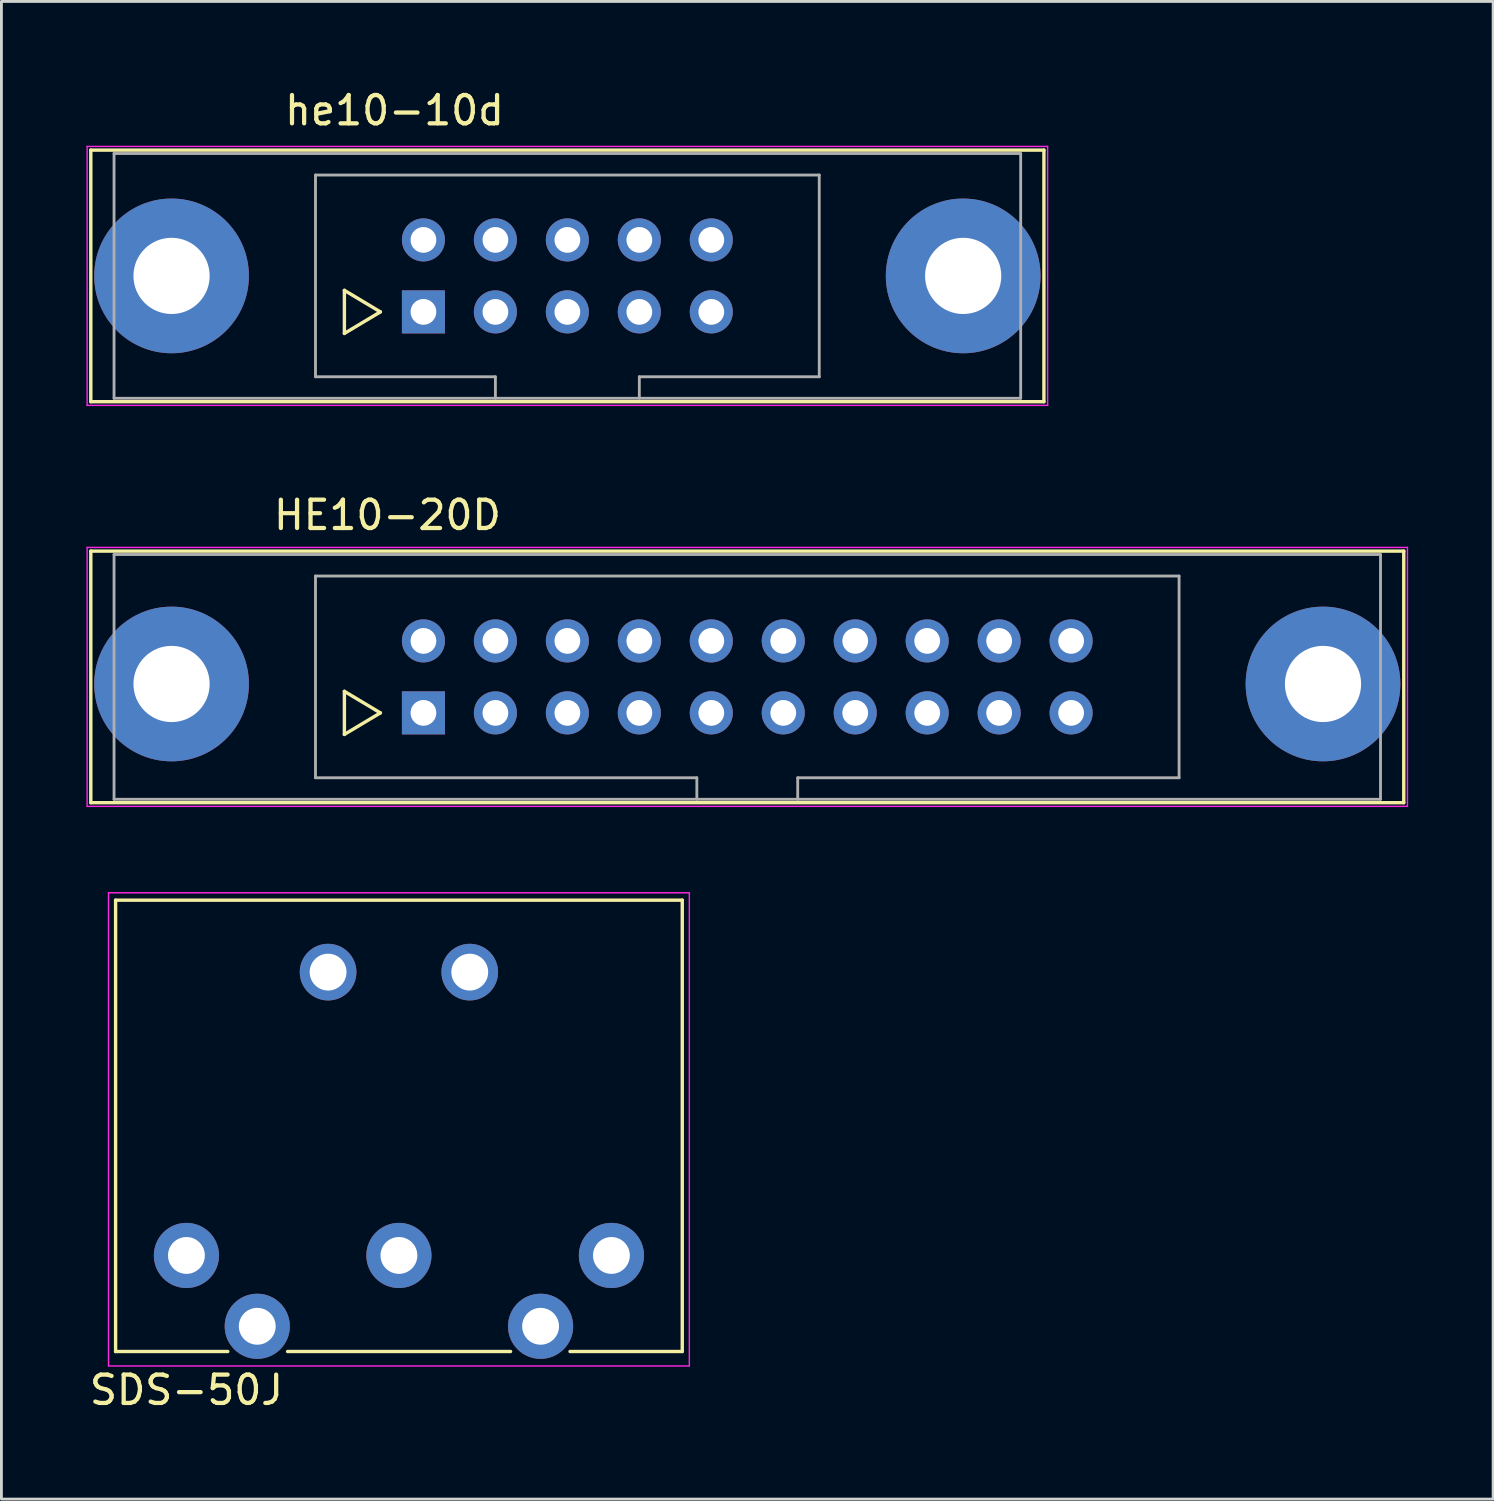
<source format=kicad_pcb>
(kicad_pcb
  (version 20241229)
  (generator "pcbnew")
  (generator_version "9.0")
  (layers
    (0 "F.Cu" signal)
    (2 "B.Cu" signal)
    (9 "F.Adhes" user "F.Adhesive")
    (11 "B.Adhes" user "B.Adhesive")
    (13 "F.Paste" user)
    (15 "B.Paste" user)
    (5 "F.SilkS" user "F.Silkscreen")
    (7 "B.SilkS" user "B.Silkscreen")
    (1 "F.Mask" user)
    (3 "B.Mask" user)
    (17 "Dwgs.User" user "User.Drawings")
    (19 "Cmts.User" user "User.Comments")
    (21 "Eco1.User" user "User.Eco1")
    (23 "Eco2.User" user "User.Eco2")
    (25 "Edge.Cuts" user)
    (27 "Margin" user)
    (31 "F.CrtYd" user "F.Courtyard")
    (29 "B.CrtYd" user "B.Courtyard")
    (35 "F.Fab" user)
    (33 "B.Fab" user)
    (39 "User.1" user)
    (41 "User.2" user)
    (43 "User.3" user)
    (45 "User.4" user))
  (footprint "SDS-50J"
    (layer "F.Cu")
    (at 3.53 41.261)
    (property "Reference" "SDS-50J" (at 0 4.75 0) (layer "F.SilkS") (effects (font (size 1 1) (thickness 0.15))))
    (attr through_hole)
    (fp_line (start -2.5 3.39) (end -2.5 -12.54) (stroke (width 0.12) (type solid)) (layer "F.SilkS"))
    (fp_line (start 1.46 3.39) (end -2.5 3.39) (stroke (width 0.12) (type solid)) (layer "F.SilkS"))
    (fp_line (start 11.44 3.39) (end 3.57 3.39) (stroke (width 0.12) (type solid)) (layer "F.SilkS"))
    (fp_line (start 17.5 -12.54) (end -2.5 -12.54) (stroke (width 0.12) (type solid)) (layer "F.SilkS"))
    (fp_line (start 17.5 3.39) (end 13.54 3.39) (stroke (width 0.12) (type solid)) (layer "F.SilkS"))
    (fp_line (start 17.5 3.39) (end 17.5 -12.54) (stroke (width 0.12) (type solid)) (layer "F.SilkS"))
    (fp_line (start -2.75 -12.8) (end -2.75 3.9) (stroke (width 0.05) (type solid)) (layer "F.CrtYd"))
    (fp_line (start 17.75 -12.8) (end -2.75 -12.8) (stroke (width 0.05) (type solid)) (layer "F.CrtYd"))
    (fp_line (start 17.75 3.9) (end -2.75 3.9) (stroke (width 0.05) (type solid)) (layer "F.CrtYd"))
    (fp_line (start 17.75 3.9) (end 17.75 -12.8) (stroke (width 0.05) (type solid)) (layer "F.CrtYd"))
    (pad "" thru_hole circle (at 5 -10) (size 2 2) (drill 1.3) (layers "*.Cu" "*.Mask"))
    (pad "" thru_hole circle (at 10 -10) (size 2 2) (drill 1.3) (layers "*.Cu" "*.Mask"))
    (pad "1" thru_hole circle (at 0 0) (size 2.3 2.3) (drill 1.3) (layers "*.Cu" "*.Mask"))
    (pad "2" thru_hole circle (at 7.5 0) (size 2.3 2.3) (drill 1.3) (layers "*.Cu" "*.Mask"))
    (pad "3" thru_hole circle (at 15 0) (size 2.3 2.3) (drill 1.3) (layers "*.Cu" "*.Mask"))
    (pad "4" thru_hole circle (at 2.5 2.5) (size 2.3 2.3) (drill 1.3) (layers "*.Cu" "*.Mask"))
    (pad "5" thru_hole circle (at 12.5 2.5) (size 2.3 2.3) (drill 1.3) (layers "*.Cu" "*.Mask")))
  (footprint "he10-10d"
    (layer "F.Cu")
    (at 11.895 7.958)
    (property "Reference" "he10-10d" (at -1.02 -7.11 0) (layer "F.SilkS") (effects (font (size 1 1) (thickness 0.15))))
    (attr through_hole)
    (fp_line (start -11.74 -5.71) (end -11.74 3.17) (stroke (width 0.12) (type solid)) (layer "F.SilkS"))
    (fp_line (start -11.74 -5.71) (end 21.9 -5.71) (stroke (width 0.12) (type solid)) (layer "F.SilkS"))
    (fp_line (start -2.79 -0.76) (end -2.79 0.76) (stroke (width 0.12) (type solid)) (layer "F.SilkS"))
    (fp_line (start -2.79 0.76) (end -1.52 0) (stroke (width 0.12) (type solid)) (layer "F.SilkS"))
    (fp_line (start -1.52 0) (end -2.79 -0.76) (stroke (width 0.12) (type solid)) (layer "F.SilkS"))
    (fp_line (start 21.9 3.17) (end -11.74 3.17) (stroke (width 0.12) (type solid)) (layer "F.SilkS"))
    (fp_line (start 21.9 3.17) (end 21.9 -5.71) (stroke (width 0.12) (type solid)) (layer "F.SilkS"))
    (fp_line (start -11.87 -5.84) (end -11.87 3.3) (stroke (width 0.05) (type solid)) (layer "F.CrtYd"))
    (fp_line (start -11.87 -5.84) (end 22.03 -5.84) (stroke (width 0.05) (type solid)) (layer "F.CrtYd"))
    (fp_line (start 22.03 3.3) (end -11.87 3.3) (stroke (width 0.05) (type solid)) (layer "F.CrtYd"))
    (fp_line (start 22.03 3.3) (end 22.03 -5.84) (stroke (width 0.05) (type solid)) (layer "F.CrtYd"))
    (fp_line (start -10.92 -5.59) (end 21.08 -5.59) (stroke (width 0.1) (type solid)) (layer "F.Fab"))
    (fp_line (start -10.92 3.05) (end -10.92 -5.59) (stroke (width 0.1) (type solid)) (layer "F.Fab"))
    (fp_line (start -3.81 -4.83) (end 13.97 -4.83) (stroke (width 0.1) (type solid)) (layer "F.Fab"))
    (fp_line (start -3.81 2.29) (end -3.81 -4.83) (stroke (width 0.1) (type solid)) (layer "F.Fab"))
    (fp_line (start 2.54 2.29) (end -3.81 2.29) (stroke (width 0.1) (type solid)) (layer "F.Fab"))
    (fp_line (start 2.54 3.05) (end 2.54 2.29) (stroke (width 0.1) (type solid)) (layer "F.Fab"))
    (fp_line (start 7.62 2.29) (end 7.62 3.05) (stroke (width 0.1) (type solid)) (layer "F.Fab"))
    (fp_line (start 13.97 2.29) (end 7.62 2.29) (stroke (width 0.1) (type solid)) (layer "F.Fab"))
    (fp_line (start 13.97 2.29) (end 13.97 -4.83) (stroke (width 0.1) (type solid)) (layer "F.Fab"))
    (fp_line (start 21.08 -5.59) (end 21.08 3.05) (stroke (width 0.1) (type solid)) (layer "F.Fab"))
    (fp_line (start 21.08 3.05) (end -10.92 3.05) (stroke (width 0.1) (type solid)) (layer "F.Fab"))
    (pad "" thru_hole circle (at -8.89 -1.27) (size 5.46 5.46) (drill 2.69) (layers "*.Cu" "*.Mask"))
    (pad "" thru_hole circle (at 19.05 -1.27) (size 5.46 5.46) (drill 2.69) (layers "*.Cu" "*.Mask"))
    (pad "1" thru_hole rect (at 0 0) (size 1.52 1.52) (drill 0.91) (layers "*.Cu" "*.Mask"))
    (pad "2" thru_hole circle (at 0 -2.54) (size 1.52 1.52) (drill 0.91) (layers "*.Cu" "*.Mask"))
    (pad "3" thru_hole circle (at 2.54 0) (size 1.52 1.52) (drill 0.91) (layers "*.Cu" "*.Mask"))
    (pad "4" thru_hole circle (at 2.54 -2.54) (size 1.52 1.52) (drill 0.91) (layers "*.Cu" "*.Mask"))
    (pad "5" thru_hole circle (at 5.08 0) (size 1.52 1.52) (drill 0.91) (layers "*.Cu" "*.Mask"))
    (pad "6" thru_hole circle (at 5.08 -2.54) (size 1.52 1.52) (drill 0.91) (layers "*.Cu" "*.Mask"))
    (pad "7" thru_hole circle (at 7.62 0) (size 1.52 1.52) (drill 0.91) (layers "*.Cu" "*.Mask"))
    (pad "8" thru_hole circle (at 7.62 -2.54) (size 1.52 1.52) (drill 0.91) (layers "*.Cu" "*.Mask"))
    (pad "9" thru_hole circle (at 10.16 0) (size 1.52 1.52) (drill 0.91) (layers "*.Cu" "*.Mask"))
    (pad "10" thru_hole circle (at 10.16 -2.54) (size 1.52 1.52) (drill 0.91) (layers "*.Cu" "*.Mask")))
  (footprint "HE10-20D"
    (layer "F.Cu")
    (at 11.895 22.111)
    (property "Reference" "HE10-20D" (at -1.27 -6.98 0) (layer "F.SilkS") (effects (font (size 1 1) (thickness 0.15))))
    (attr through_hole)
    (fp_line (start -11.74 -5.71) (end -11.74 3.17) (stroke (width 0.12) (type solid)) (layer "F.SilkS"))
    (fp_line (start -11.74 -5.71) (end 34.6 -5.71) (stroke (width 0.12) (type solid)) (layer "F.SilkS"))
    (fp_line (start -2.79 -0.76) (end -2.79 0.76) (stroke (width 0.12) (type solid)) (layer "F.SilkS"))
    (fp_line (start -2.79 0.76) (end -1.52 0) (stroke (width 0.12) (type solid)) (layer "F.SilkS"))
    (fp_line (start -1.52 0) (end -2.79 -0.76) (stroke (width 0.12) (type solid)) (layer "F.SilkS"))
    (fp_line (start 34.6 3.17) (end -11.74 3.17) (stroke (width 0.12) (type solid)) (layer "F.SilkS"))
    (fp_line (start 34.6 3.17) (end 34.6 -5.71) (stroke (width 0.12) (type solid)) (layer "F.SilkS"))
    (fp_line (start -11.87 -5.84) (end -11.87 3.3) (stroke (width 0.05) (type solid)) (layer "F.CrtYd"))
    (fp_line (start -11.87 -5.84) (end 34.73 -5.84) (stroke (width 0.05) (type solid)) (layer "F.CrtYd"))
    (fp_line (start 34.73 3.3) (end -11.87 3.3) (stroke (width 0.05) (type solid)) (layer "F.CrtYd"))
    (fp_line (start 34.73 3.3) (end 34.73 -5.84) (stroke (width 0.05) (type solid)) (layer "F.CrtYd"))
    (fp_line (start -10.92 -5.59) (end -10.92 3.05) (stroke (width 0.1) (type solid)) (layer "F.Fab"))
    (fp_line (start -10.92 3.05) (end 33.78 3.05) (stroke (width 0.1) (type solid)) (layer "F.Fab"))
    (fp_line (start -3.81 -4.83) (end 26.67 -4.83) (stroke (width 0.1) (type solid)) (layer "F.Fab"))
    (fp_line (start -3.81 2.29) (end -3.81 -4.83) (stroke (width 0.1) (type solid)) (layer "F.Fab"))
    (fp_line (start 9.65 2.29) (end -3.81 2.29) (stroke (width 0.1) (type solid)) (layer "F.Fab"))
    (fp_line (start 9.65 3.05) (end 9.65 2.29) (stroke (width 0.1) (type solid)) (layer "F.Fab"))
    (fp_line (start 13.21 2.29) (end 13.21 3.05) (stroke (width 0.1) (type solid)) (layer "F.Fab"))
    (fp_line (start 26.67 -4.83) (end 26.67 2.29) (stroke (width 0.1) (type solid)) (layer "F.Fab"))
    (fp_line (start 26.67 2.29) (end 13.21 2.29) (stroke (width 0.1) (type solid)) (layer "F.Fab"))
    (fp_line (start 33.78 -5.59) (end -10.92 -5.59) (stroke (width 0.1) (type solid)) (layer "F.Fab"))
    (fp_line (start 33.78 3.05) (end 33.78 -5.59) (stroke (width 0.1) (type solid)) (layer "F.Fab"))
    (pad "" thru_hole circle (at -8.89 -1.02) (size 5.46 5.46) (drill 2.69) (layers "*.Cu" "*.Mask"))
    (pad "" thru_hole circle (at 31.75 -1.02) (size 5.46 5.46) (drill 2.69) (layers "*.Cu" "*.Mask"))
    (pad "1" thru_hole rect (at 0 0) (size 1.52 1.52) (drill 0.91) (layers "*.Cu" "*.Mask"))
    (pad "2" thru_hole circle (at 0 -2.54) (size 1.52 1.52) (drill 0.91) (layers "*.Cu" "*.Mask"))
    (pad "3" thru_hole circle (at 2.54 0) (size 1.52 1.52) (drill 0.91) (layers "*.Cu" "*.Mask"))
    (pad "4" thru_hole circle (at 2.54 -2.54) (size 1.52 1.52) (drill 0.91) (layers "*.Cu" "*.Mask"))
    (pad "5" thru_hole circle (at 5.08 0) (size 1.52 1.52) (drill 0.91) (layers "*.Cu" "*.Mask"))
    (pad "6" thru_hole circle (at 5.08 -2.54) (size 1.52 1.52) (drill 0.91) (layers "*.Cu" "*.Mask"))
    (pad "7" thru_hole circle (at 7.62 0) (size 1.52 1.52) (drill 0.91) (layers "*.Cu" "*.Mask"))
    (pad "8" thru_hole circle (at 7.62 -2.54) (size 1.52 1.52) (drill 0.91) (layers "*.Cu" "*.Mask"))
    (pad "9" thru_hole circle (at 10.16 0) (size 1.52 1.52) (drill 0.91) (layers "*.Cu" "*.Mask"))
    (pad "10" thru_hole circle (at 10.16 -2.54) (size 1.52 1.52) (drill 0.91) (layers "*.Cu" "*.Mask"))
    (pad "11" thru_hole circle (at 12.7 0) (size 1.52 1.52) (drill 0.91) (layers "*.Cu" "*.Mask"))
    (pad "12" thru_hole circle (at 12.7 -2.54) (size 1.52 1.52) (drill 0.91) (layers "*.Cu" "*.Mask"))
    (pad "13" thru_hole circle (at 15.24 0) (size 1.52 1.52) (drill 0.91) (layers "*.Cu" "*.Mask"))
    (pad "14" thru_hole circle (at 15.24 -2.54) (size 1.52 1.52) (drill 0.91) (layers "*.Cu" "*.Mask"))
    (pad "15" thru_hole circle (at 17.78 0) (size 1.52 1.52) (drill 0.91) (layers "*.Cu" "*.Mask"))
    (pad "16" thru_hole circle (at 17.78 -2.54) (size 1.52 1.52) (drill 0.91) (layers "*.Cu" "*.Mask"))
    (pad "17" thru_hole circle (at 20.32 0) (size 1.52 1.52) (drill 0.91) (layers "*.Cu" "*.Mask"))
    (pad "18" thru_hole circle (at 20.32 -2.54) (size 1.52 1.52) (drill 0.91) (layers "*.Cu" "*.Mask"))
    (pad "19" thru_hole circle (at 22.86 0) (size 1.52 1.52) (drill 0.91) (layers "*.Cu" "*.Mask"))
    (pad "20" thru_hole circle (at 22.86 -2.54) (size 1.52 1.52) (drill 0.91) (layers "*.Cu" "*.Mask")))
  (gr_rect
    (start -3 -3)
    (end 49.65 49.86)
    (stroke (width 0.1) (type default))
    (fill no)
    (layer "Edge.Cuts")))
</source>
